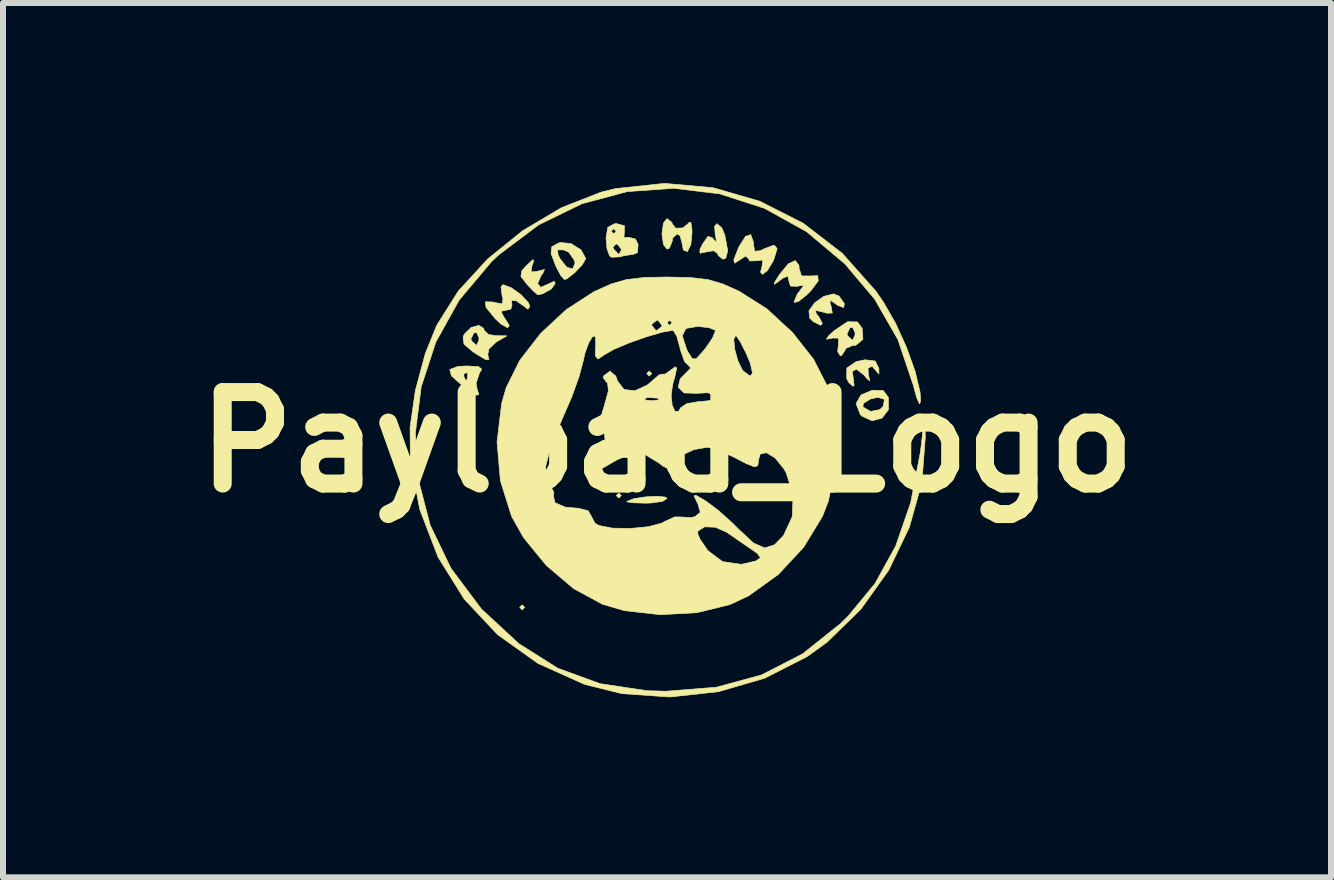
<source format=kicad_pcb>
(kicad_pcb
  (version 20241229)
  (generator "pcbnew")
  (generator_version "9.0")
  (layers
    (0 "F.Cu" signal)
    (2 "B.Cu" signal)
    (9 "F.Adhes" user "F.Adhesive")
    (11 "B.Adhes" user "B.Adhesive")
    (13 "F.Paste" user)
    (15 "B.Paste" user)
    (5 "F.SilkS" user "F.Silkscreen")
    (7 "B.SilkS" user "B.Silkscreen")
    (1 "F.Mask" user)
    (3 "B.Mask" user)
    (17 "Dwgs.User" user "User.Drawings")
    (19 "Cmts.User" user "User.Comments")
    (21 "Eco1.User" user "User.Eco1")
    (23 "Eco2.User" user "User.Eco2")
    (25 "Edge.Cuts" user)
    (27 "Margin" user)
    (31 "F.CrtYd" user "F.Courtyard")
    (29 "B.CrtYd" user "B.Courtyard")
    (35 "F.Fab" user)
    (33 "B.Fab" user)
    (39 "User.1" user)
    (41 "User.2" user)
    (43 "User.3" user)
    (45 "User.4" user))
  (footprint "Payload_Logo"
    (layer "F.Cu")
    (at 8.063 4.317)
    (property "Reference" "Payload_Logo" (at 0 0 0) (layer "F.SilkS") (effects (font (size 1.524 1.524) (thickness 0.3))))
    (attr through_hole)
    (fp_poly (pts (xy -2.371 2.752) (xy -2.413 2.794) (xy -2.455 2.752) (xy -2.413 2.709) (xy -2.371 2.752)) (stroke (width 0.01) (type solid)) (fill yes) (layer "F.SilkS"))
    (fp_poly (pts (xy -0.762 0.889) (xy -0.804 0.931) (xy -0.847 0.889) (xy -0.804 0.847) (xy -0.762 0.889)) (stroke (width 0.01) (type solid)) (fill yes) (layer "F.SilkS"))
    (fp_poly (pts (xy -0.254 -1.143) (xy -0.296 -1.101) (xy -0.339 -1.143) (xy -0.296 -1.185) (xy -0.254 -1.143)) (stroke (width 0.01) (type solid)) (fill yes) (layer "F.SilkS"))
    (fp_poly (pts (xy -0.026 0.915) (xy 0 0.937) (xy -0.075 0.986) (xy -0.264 1.013) (xy -0.353 1.016) (xy -0.561 1.01) (xy -0.667 0.994) (xy -0.67 0.986) (xy -0.552 0.941) (xy -0.361 0.911) (xy -0.163 0.901) (xy -0.026 0.915)) (stroke (width 0.01) (type solid)) (fill yes) (layer "F.SilkS"))
    (fp_poly (pts (xy 0.913 -3.57) (xy 0.963 -3.45) (xy 1.011 -3.188) (xy 0.978 -3.063) (xy 0.931 -3.048) (xy 0.85 -3.113) (xy 0.847 -3.138) (xy 0.78 -3.19) (xy 0.67 -3.173) (xy 0.549 -3.148) (xy 0.548 -3.213) (xy 0.595 -3.305) (xy 0.682 -3.429) (xy 0.754 -3.406) (xy 0.777 -3.377) (xy 0.826 -3.33) (xy 0.809 -3.433) (xy 0.804 -3.45) (xy 0.792 -3.596) (xy 0.831 -3.641) (xy 0.913 -3.57)) (stroke (width 0.01) (type solid)) (fill yes) (layer "F.SilkS"))
    (fp_poly (pts (xy 3.469 -1.352) (xy 3.53 -1.228) (xy 3.53 -1.136) (xy 3.505 -1.164) (xy 3.416 -1.265) (xy 3.349 -1.234) (xy 3.354 -1.122) (xy 3.38 -1.021) (xy 3.336 -1.053) (xy 3.279 -1.121) (xy 3.154 -1.217) (xy 3.086 -1.179) (xy 3.105 -1.05) (xy 3.117 -0.946) (xy 3.097 -0.931) (xy 3.024 -0.998) (xy 2.992 -1.064) (xy 2.995 -1.234) (xy 3.151 -1.343) (xy 3.3 -1.373) (xy 3.469 -1.352)) (stroke (width 0.01) (type solid)) (fill yes) (layer "F.SilkS"))
    (fp_poly (pts (xy 3.601 -0.862) (xy 3.688 -0.746) (xy 3.689 -0.541) (xy 3.582 -0.401) (xy 3.417 -0.356) (xy 3.245 -0.435) (xy 3.218 -0.465) (xy 3.171 -0.587) (xy 3.263 -0.587) (xy 3.39 -0.513) (xy 3.545 -0.543) (xy 3.602 -0.598) (xy 3.623 -0.714) (xy 3.513 -0.747) (xy 3.392 -0.721) (xy 3.272 -0.648) (xy 3.263 -0.587) (xy 3.171 -0.587) (xy 3.149 -0.642) (xy 3.233 -0.788) (xy 3.42 -0.866) (xy 3.601 -0.862)) (stroke (width 0.01) (type solid)) (fill yes) (layer "F.SilkS"))
    (fp_poly (pts (xy -3.14 -1.259) (xy -3.087 -1.216) (xy -3.124 -1.154) (xy -3.181 -0.983) (xy -3.167 -0.9) (xy -3.136 -0.793) (xy -3.176 -0.782) (xy -3.311 -0.87) (xy -3.408 -0.941) (xy -3.587 -1.101) (xy -3.387 -1.101) (xy -3.356 -1.031) (xy -3.33 -1.044) (xy -3.32 -1.145) (xy -3.33 -1.157) (xy -3.381 -1.145) (xy -3.387 -1.101) (xy -3.587 -1.101) (xy -3.592 -1.105) (xy -3.619 -1.211) (xy -3.487 -1.262) (xy -3.334 -1.27) (xy -3.14 -1.259)) (stroke (width 0.01) (type solid)) (fill yes) (layer "F.SilkS"))
    (fp_poly (pts (xy -2.222 -3.017) (xy -2.249 -2.941) (xy -2.264 -2.836) (xy -2.164 -2.845) (xy -2.147 -2.851) (xy -2.041 -2.878) (xy -2.071 -2.81) (xy -2.095 -2.781) (xy -2.156 -2.643) (xy -2.104 -2.58) (xy -1.976 -2.636) (xy -1.879 -2.681) (xy -1.863 -2.644) (xy -1.929 -2.552) (xy -2.07 -2.473) (xy -2.153 -2.455) (xy -2.219 -2.51) (xy -2.331 -2.627) (xy -2.434 -2.761) (xy -2.42 -2.856) (xy -2.339 -2.945) (xy -2.234 -3.042) (xy -2.222 -3.017)) (stroke (width 0.01) (type solid)) (fill yes) (layer "F.SilkS"))
    (fp_poly (pts (xy 2.865 -2.435) (xy 2.956 -2.306) (xy 2.942 -2.242) (xy 2.838 -2.283) (xy 2.82 -2.297) (xy 2.719 -2.367) (xy 2.717 -2.312) (xy 2.735 -2.259) (xy 2.753 -2.152) (xy 2.662 -2.149) (xy 2.604 -2.166) (xy 2.475 -2.196) (xy 2.484 -2.145) (xy 2.53 -2.087) (xy 2.588 -1.978) (xy 2.561 -1.947) (xy 2.44 -2.006) (xy 2.378 -2.066) (xy 2.364 -2.188) (xy 2.46 -2.323) (xy 2.613 -2.43) (xy 2.773 -2.471) (xy 2.865 -2.435)) (stroke (width 0.01) (type solid)) (fill yes) (layer "F.SilkS"))
    (fp_poly (pts (xy 1.438 -3.339) (xy 1.439 -3.299) (xy 1.46 -3.181) (xy 1.555 -3.19) (xy 1.616 -3.221) (xy 1.783 -3.284) (xy 1.835 -3.226) (xy 1.779 -3.042) (xy 1.768 -3.017) (xy 1.674 -2.862) (xy 1.592 -2.795) (xy 1.558 -2.832) (xy 1.584 -2.936) (xy 1.594 -3.036) (xy 1.496 -3.023) (xy 1.378 -3.019) (xy 1.355 -3.061) (xy 1.309 -3.1) (xy 1.228 -3.048) (xy 1.126 -2.982) (xy 1.112 -3.036) (xy 1.184 -3.223) (xy 1.199 -3.256) (xy 1.307 -3.429) (xy 1.395 -3.458) (xy 1.438 -3.339)) (stroke (width 0.01) (type solid)) (fill yes) (layer "F.SilkS"))
    (fp_poly (pts (xy -1.599 -3.309) (xy -1.433 -3.204) (xy -1.355 -3.062) (xy -1.355 -3.055) (xy -1.412 -2.956) (xy -1.538 -2.824) (xy -1.664 -2.725) (xy -1.708 -2.709) (xy -1.77 -2.777) (xy -1.849 -2.925) (xy -1.932 -3.141) (xy -1.926 -3.204) (xy -1.826 -3.204) (xy -1.813 -3.117) (xy -1.782 -3.056) (xy -1.67 -2.915) (xy -1.573 -2.887) (xy -1.534 -2.977) (xy -1.54 -3.026) (xy -1.637 -3.165) (xy -1.722 -3.203) (xy -1.826 -3.204) (xy -1.926 -3.204) (xy -1.92 -3.257) (xy -1.804 -3.319) (xy -1.777 -3.327) (xy -1.599 -3.309)) (stroke (width 0.01) (type solid)) (fill yes) (layer "F.SilkS"))
    (fp_poly (pts (xy 0.082 -3.661) (xy 0.085 -3.641) (xy 0.143 -3.565) (xy 0.264 -3.57) (xy 0.362 -3.65) (xy 0.367 -3.662) (xy 0.397 -3.664) (xy 0.416 -3.53) (xy 0.417 -3.497) (xy 0.397 -3.294) (xy 0.341 -3.177) (xy 0.339 -3.175) (xy 0.272 -3.201) (xy 0.254 -3.297) (xy 0.219 -3.437) (xy 0.169 -3.471) (xy 0.094 -3.403) (xy 0.085 -3.344) (xy 0.039 -3.232) (xy 0 -3.217) (xy -0.059 -3.291) (xy -0.085 -3.468) (xy -0.085 -3.471) (xy -0.06 -3.65) (xy -0.001 -3.725) (xy 0 -3.725) (xy 0.082 -3.661)) (stroke (width 0.01) (type solid)) (fill yes) (layer "F.SilkS"))
    (fp_poly (pts (xy 2.198 -2.945) (xy 2.201 -2.894) (xy 2.24 -2.77) (xy 2.371 -2.769) (xy 2.511 -2.774) (xy 2.52 -2.688) (xy 2.4 -2.527) (xy 2.328 -2.455) (xy 2.19 -2.345) (xy 2.119 -2.329) (xy 2.117 -2.339) (xy 2.169 -2.466) (xy 2.223 -2.536) (xy 2.28 -2.616) (xy 2.198 -2.604) (xy 2.18 -2.597) (xy 2.057 -2.6) (xy 2.032 -2.68) (xy 2.013 -2.768) (xy 1.928 -2.732) (xy 1.885 -2.699) (xy 1.789 -2.629) (xy 1.793 -2.665) (xy 1.871 -2.789) (xy 2.02 -2.972) (xy 2.137 -3.026) (xy 2.198 -2.945)) (stroke (width 0.01) (type solid)) (fill yes) (layer "F.SilkS"))
    (fp_poly (pts (xy -3.053 -1.894) (xy -3.048 -1.863) (xy -2.976 -1.795) (xy -2.857 -1.775) (xy -2.667 -1.772) (xy -2.845 -1.669) (xy -2.968 -1.553) (xy -2.986 -1.46) (xy -2.967 -1.375) (xy -3.019 -1.374) (xy -3.171 -1.465) (xy -3.232 -1.505) (xy -3.383 -1.633) (xy -3.394 -1.718) (xy -3.268 -1.718) (xy -3.256 -1.687) (xy -3.174 -1.612) (xy -3.134 -1.698) (xy -3.133 -1.741) (xy -3.174 -1.828) (xy -3.219 -1.819) (xy -3.268 -1.718) (xy -3.394 -1.718) (xy -3.398 -1.751) (xy -3.376 -1.801) (xy -3.264 -1.911) (xy -3.134 -1.947) (xy -3.053 -1.894)) (stroke (width 0.01) (type solid)) (fill yes) (layer "F.SilkS"))
    (fp_poly (pts (xy -2.594 -2.573) (xy -2.429 -2.454) (xy -2.309 -2.323) (xy -2.286 -2.264) (xy -2.317 -2.214) (xy -2.388 -2.269) (xy -2.509 -2.354) (xy -2.592 -2.362) (xy -2.583 -2.287) (xy -2.582 -2.286) (xy -2.603 -2.215) (xy -2.672 -2.201) (xy -2.766 -2.18) (xy -2.722 -2.09) (xy -2.708 -2.072) (xy -2.627 -1.943) (xy -2.658 -1.907) (xy -2.768 -1.969) (xy -2.864 -2.059) (xy -3.015 -2.246) (xy -3.028 -2.339) (xy -2.904 -2.336) (xy -2.87 -2.326) (xy -2.743 -2.306) (xy -2.734 -2.395) (xy -2.749 -2.447) (xy -2.766 -2.586) (xy -2.734 -2.625) (xy -2.594 -2.573)) (stroke (width 0.01) (type solid)) (fill yes) (layer "F.SilkS"))
    (fp_poly (pts (xy 3.172 -2.004) (xy 3.251 -1.897) (xy 3.263 -1.712) (xy 3.146 -1.615) (xy 3.085 -1.609) (xy 2.976 -1.561) (xy 2.963 -1.524) (xy 2.905 -1.442) (xy 2.887 -1.439) (xy 2.843 -1.507) (xy 2.854 -1.61) (xy 2.861 -1.733) (xy 2.761 -1.736) (xy 2.741 -1.73) (xy 2.655 -1.715) (xy 2.694 -1.775) (xy 2.725 -1.803) (xy 2.998 -1.803) (xy 3.009 -1.772) (xy 3.091 -1.697) (xy 3.131 -1.783) (xy 3.133 -1.825) (xy 3.091 -1.913) (xy 3.047 -1.904) (xy 2.998 -1.803) (xy 2.725 -1.803) (xy 2.782 -1.856) (xy 3.009 -2.007) (xy 3.172 -2.004)) (stroke (width 0.01) (type solid)) (fill yes) (layer "F.SilkS"))
    (fp_poly (pts (xy -0.709 -3.606) (xy -0.712 -3.504) (xy -0.717 -3.406) (xy -0.644 -3.414) (xy -0.527 -3.386) (xy -0.482 -3.296) (xy -0.491 -3.16) (xy -0.551 -3.133) (xy -0.734 -3.103) (xy -0.781 -3.088) (xy -0.921 -3.081) (xy -0.957 -3.102) (xy -1 -3.222) (xy -1.003 -3.25) (xy -0.902 -3.25) (xy -0.889 -3.217) (xy -0.813 -3.137) (xy -0.799 -3.133) (xy -0.763 -3.198) (xy -0.762 -3.217) (xy -0.827 -3.299) (xy -0.852 -3.302) (xy -0.902 -3.25) (xy -1.003 -3.25) (xy -1.016 -3.401) (xy -0.998 -3.514) (xy -0.931 -3.514) (xy -0.889 -3.471) (xy -0.847 -3.514) (xy -0.889 -3.556) (xy -0.931 -3.514) (xy -0.998 -3.514) (xy -0.987 -3.579) (xy -0.878 -3.639) (xy -0.838 -3.641) (xy -0.709 -3.606)) (stroke (width 0.01) (type solid)) (fill yes) (layer "F.SilkS"))
    (fp_poly (pts (xy 0.767 -4.24) (xy 1.544 -4.015) (xy 2.268 -3.648) (xy 2.92 -3.146) (xy 3.478 -2.517) (xy 3.599 -2.344) (xy 3.806 -1.984) (xy 3.991 -1.578) (xy 4.134 -1.178) (xy 4.215 -0.837) (xy 4.226 -0.685) (xy 4.207 -0.637) (xy 4.161 -0.737) (xy 4.101 -0.955) (xy 3.846 -1.71) (xy 3.458 -2.385) (xy 2.963 -2.971) (xy 2.325 -3.507) (xy 1.624 -3.896) (xy 0.879 -4.137) (xy 0.11 -4.23) (xy -0.662 -4.175) (xy -1.419 -3.972) (xy -2.139 -3.621) (xy -2.803 -3.122) (xy -2.926 -3.006) (xy -3.462 -2.369) (xy -3.852 -1.668) (xy -4.096 -0.921) (xy -4.193 -0.15) (xy -4.143 0.624) (xy -3.946 1.382) (xy -3.6 2.101) (xy -3.105 2.763) (xy -3.08 2.791) (xy -2.467 3.358) (xy -1.82 3.766) (xy -1.116 4.023) (xy -0.336 4.14) (xy -0.018 4.149) (xy 0.823 4.082) (xy 1.576 3.877) (xy 2.259 3.526) (xy 2.892 3.021) (xy 3.018 2.897) (xy 3.465 2.355) (xy 3.809 1.732) (xy 4.059 1.008) (xy 4.222 0.16) (xy 4.261 -0.169) (xy 4.279 -0.324) (xy 4.291 -0.328) (xy 4.3 -0.173) (xy 4.303 -0.085) (xy 4.246 0.67) (xy 4.037 1.419) (xy 3.694 2.132) (xy 3.232 2.78) (xy 2.668 3.331) (xy 2.335 3.572) (xy 1.631 3.931) (xy 0.857 4.157) (xy 0.051 4.245) (xy -0.749 4.19) (xy -1.374 4.035) (xy -2.15 3.686) (xy -2.821 3.208) (xy -3.379 2.614) (xy -3.815 1.915) (xy -4.119 1.123) (xy -4.277 0.296) (xy -4.281 -0.249) (xy -4.193 -0.861) (xy -4.028 -1.475) (xy -3.838 -1.945) (xy -3.479 -2.516) (xy -2.988 -3.052) (xy -2.403 -3.525) (xy -1.76 -3.906) (xy -1.098 -4.166) (xy -0.864 -4.224) (xy -0.043 -4.312) (xy 0.767 -4.24)) (stroke (width 0.01) (type solid)) (fill yes) (layer "F.SilkS"))
    (fp_poly (pts (xy 0.392 -2.743) (xy 0.681 -2.709) (xy 0.931 -2.636) (xy 1.201 -2.515) (xy 1.663 -2.222) (xy 2.09 -1.828) (xy 2.442 -1.381) (xy 2.674 -0.927) (xy 2.679 -0.911) (xy 2.814 -0.29) (xy 2.817 0.361) (xy 2.688 0.983) (xy 2.59 1.235) (xy 2.277 1.75) (xy 1.853 2.205) (xy 1.362 2.558) (xy 1.05 2.705) (xy 0.498 2.841) (xy -0.112 2.874) (xy -0.709 2.807) (xy -1.074 2.701) (xy -1.557 2.439) (xy -2.012 2.053) (xy -2.392 1.588) (xy -2.429 1.522) (xy 0.508 1.522) (xy 0.556 1.626) (xy 0.672 1.794) (xy 0.683 1.809) (xy 0.926 1.99) (xy 1.238 2.035) (xy 1.48 1.979) (xy 1.557 1.927) (xy 1.505 1.854) (xy 1.412 1.788) (xy 1.18 1.63) (xy 0.996 1.501) (xy 0.807 1.417) (xy 0.628 1.41) (xy 0.519 1.477) (xy 0.508 1.522) (xy -2.429 1.522) (xy -2.59 1.235) (xy -2.776 0.643) (xy -2.797 0.399) (xy -2.021 0.399) (xy -2.01 0.633) (xy -1.942 0.723) (xy -1.884 0.839) (xy -1.894 0.891) (xy -1.867 1.008) (xy -1.696 1.082) (xy -1.475 1.101) (xy -1.314 1.143) (xy -1.27 1.219) (xy -1.201 1.348) (xy -1.136 1.388) (xy -0.907 1.432) (xy -0.609 1.437) (xy -0.311 1.408) (xy -0.087 1.348) (xy -0.041 1.322) (xy 0.128 1.245) (xy 0.229 1.246) (xy 0.402 1.256) (xy 0.469 1.238) (xy 0.554 1.168) (xy 0.517 1.034) (xy 0.505 1.011) (xy 0.45 0.896) (xy 0.479 0.883) (xy 0.622 0.965) (xy 0.65 0.983) (xy 0.852 1.134) (xy 1.091 1.348) (xy 1.197 1.454) (xy 1.44 1.679) (xy 1.627 1.762) (xy 1.792 1.709) (xy 1.941 1.555) (xy 2.086 1.242) (xy 2.101 0.875) (xy 1.984 0.508) (xy 1.948 0.445) (xy 1.8 0.262) (xy 1.656 0.175) (xy 1.552 0.198) (xy 1.524 0.296) (xy 1.513 0.39) (xy 1.457 0.411) (xy 1.318 0.356) (xy 1.123 0.254) (xy 0.89 0.147) (xy 0.698 0.088) (xy 0.661 0.085) (xy 0.444 0.125) (xy 0.238 0.222) (xy 0.104 0.342) (xy 0.085 0.401) (xy 0.05 0.457) (xy -0.068 0.398) (xy -0.138 0.345) (xy -0.367 0.205) (xy -0.58 0.188) (xy -0.835 0.294) (xy -0.912 0.339) (xy -1.126 0.464) (xy -1.218 0.491) (xy -1.208 0.416) (xy -1.139 0.275) (xy -1.03 0.01) (xy -1.043 -0.145) (xy -1.098 -0.183) (xy -1.125 -0.275) (xy -1.084 -0.483) (xy -1.05 -0.591) (xy -1.019 -0.703) (xy -0.37 -0.703) (xy -0.254 -0.691) (xy -0.134 -0.704) (xy -0.148 -0.733) (xy -0.322 -0.745) (xy -0.36 -0.733) (xy -0.37 -0.703) (xy -1.019 -0.703) (xy -0.977 -0.858) (xy -0.991 -0.988) (xy -1.01 -1) (xy -1.065 -1.079) (xy -1.054 -1.108) (xy -0.95 -1.183) (xy -0.855 -1.103) (xy -0.822 -1.016) (xy -0.717 -0.878) (xy -0.537 -0.857) (xy -0.329 -0.952) (xy -0.254 -1.016) (xy -0.134 -1.12) (xy -0.085 -1.133) (xy -0.032 -1.134) (xy 0.042 -1.185) (xy 0.134 -1.255) (xy 0.162 -1.235) (xy 0.132 -1.097) (xy 0.094 -0.963) (xy 0.069 -0.78) (xy 0.086 -0.615) (xy 0.133 -0.513) (xy 0.193 -0.515) (xy 0.225 -0.572) (xy 0.331 -0.643) (xy 0.532 -0.677) (xy 0.562 -0.677) (xy 0.762 -0.699) (xy 0.803 -0.763) (xy 0.799 -0.771) (xy 0.68 -0.824) (xy 0.495 -0.814) (xy 0.285 -0.82) (xy 0.186 -0.915) (xy 0.22 -1.057) (xy 0.307 -1.144) (xy 0.393 -1.235) (xy 0.369 -1.267) (xy 0.292 -1.343) (xy 0.226 -1.527) (xy 0.217 -1.566) (xy 0.164 -1.762) (xy 0.157 -1.773) (xy 0.254 -1.773) (xy 0.325 -1.552) (xy 0.35 -1.502) (xy 0.42 -1.391) (xy 0.485 -1.388) (xy 0.593 -1.506) (xy 0.642 -1.566) (xy 0.741 -1.71) (xy 1.112 -1.71) (xy 1.128 -1.55) (xy 1.179 -1.361) (xy 1.251 -1.21) (xy 1.27 -1.186) (xy 1.384 -1.101) (xy 1.424 -1.151) (xy 1.388 -1.315) (xy 1.316 -1.485) (xy 1.22 -1.673) (xy 1.153 -1.773) (xy 1.144 -1.778) (xy 1.112 -1.71) (xy 0.741 -1.71) (xy 0.76 -1.739) (xy 0.805 -1.854) (xy 0.802 -1.866) (xy 0.702 -1.907) (xy 0.511 -1.929) (xy 0.315 -1.895) (xy 0.254 -1.773) (xy 0.157 -1.773) (xy 0.106 -1.86) (xy 0.096 -1.863) (xy -0.083 -1.832) (xy -0.348 -1.754) (xy -0.637 -1.652) (xy -0.887 -1.546) (xy -1.036 -1.461) (xy -1.037 -1.46) (xy -1.151 -1.385) (xy -1.196 -1.44) (xy -1.188 -1.639) (xy -1.194 -1.764) (xy -1.24 -1.76) (xy -1.305 -1.655) (xy -1.368 -1.48) (xy -1.399 -1.341) (xy -1.467 -1.088) (xy -1.587 -0.755) (xy -1.736 -0.411) (xy -1.745 -0.391) (xy -1.932 0.054) (xy -2.021 0.399) (xy -2.797 0.399) (xy -2.832 -0.002) (xy -2.756 -0.644) (xy -2.679 -0.911) (xy -2.453 -1.364) (xy -2.105 -1.812) (xy -1.96 -1.947) (xy -0.254 -1.947) (xy -0.19 -1.865) (xy -0.169 -1.863) (xy -0.087 -1.927) (xy -0.085 -1.947) (xy -0.118 -1.99) (xy 0 -1.99) (xy 0.042 -1.947) (xy 0.085 -1.99) (xy 0.042 -2.032) (xy 0 -1.99) (xy -0.118 -1.99) (xy -0.149 -2.03) (xy -0.169 -2.032) (xy -0.252 -1.968) (xy -0.254 -1.947) (xy -1.96 -1.947) (xy -1.679 -2.209) (xy -1.219 -2.507) (xy -1.201 -2.515) (xy -0.925 -2.638) (xy -0.674 -2.71) (xy -0.383 -2.744) (xy 0 -2.752) (xy 0.392 -2.743)) (stroke (width 0.01) (type solid)) (fill yes) (layer "F.SilkS")))
  (gr_rect
    (start -3 -3)
    (end 19.125 11.567)
    (stroke (width 0.1) (type default))
    (fill no)
    (layer "Edge.Cuts")))
</source>
